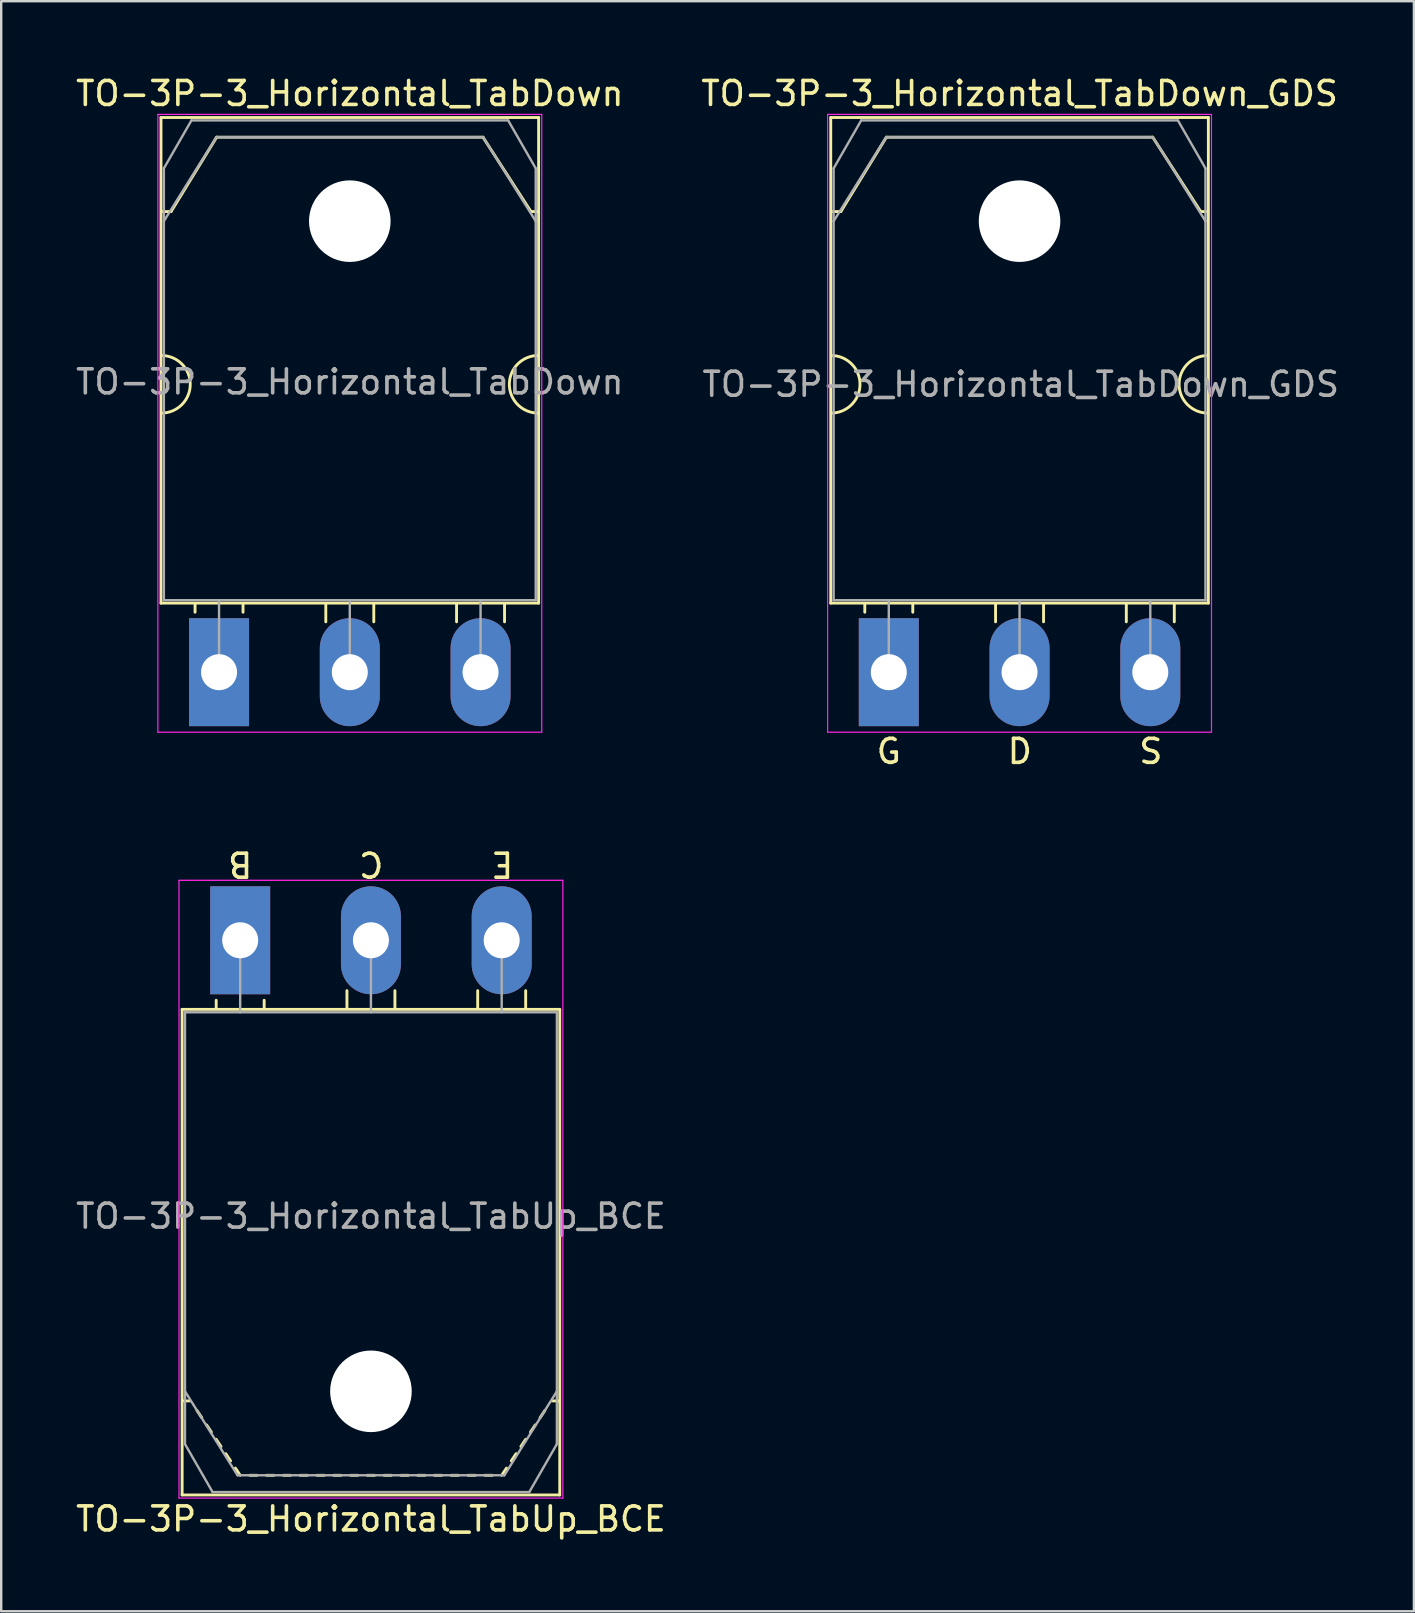
<source format=kicad_pcb>
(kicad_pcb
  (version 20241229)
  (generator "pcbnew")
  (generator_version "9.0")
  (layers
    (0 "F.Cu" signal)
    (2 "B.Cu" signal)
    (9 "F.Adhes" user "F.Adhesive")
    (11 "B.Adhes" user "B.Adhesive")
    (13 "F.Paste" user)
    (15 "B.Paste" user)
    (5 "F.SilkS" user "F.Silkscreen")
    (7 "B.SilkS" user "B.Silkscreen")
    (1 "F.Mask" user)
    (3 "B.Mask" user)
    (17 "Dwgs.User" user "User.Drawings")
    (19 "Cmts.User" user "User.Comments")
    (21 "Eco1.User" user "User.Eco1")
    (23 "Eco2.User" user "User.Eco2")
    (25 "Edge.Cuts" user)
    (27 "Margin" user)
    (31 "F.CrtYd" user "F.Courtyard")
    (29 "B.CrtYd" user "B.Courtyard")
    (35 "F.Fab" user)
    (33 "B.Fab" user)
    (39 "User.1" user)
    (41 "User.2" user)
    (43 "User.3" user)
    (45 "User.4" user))
  (footprint "TO-3P-3_Horizontal_TabUp_BCE"
    (layer "F.Cu")
    (at 6.961 36.142)
    (property "Reference" "TO-3P-3_Horizontal_TabUp_BCE" (at 5.45 24.12 0) (layer "F.SilkS") (effects (font (size 1 1) (thickness 0.15))))
    (fp_line (start -2.42 23.12) (end -2.42 2.88) (stroke (width 0.12) (type solid)) (layer "F.SilkS"))
    (fp_line (start -2.1 19.2) (end -2.4 19.2) (stroke (width 0.12) (type solid)) (layer "F.SilkS"))
    (fp_line (start -1.8 19.6) (end -1.6 19.9) (stroke (width 0.12) (type solid)) (layer "F.SilkS"))
    (fp_line (start -1.4 20.2) (end -1.2 20.5) (stroke (width 0.12) (type solid)) (layer "F.SilkS"))
    (fp_line (start -1 2.85) (end -1 2.5) (stroke (width 0.12) (type solid)) (layer "F.SilkS"))
    (fp_line (start -1 20.8) (end -0.8 21.1) (stroke (width 0.12) (type solid)) (layer "F.SilkS"))
    (fp_line (start -0.6 21.4) (end -0.4 21.7) (stroke (width 0.12) (type solid)) (layer "F.SilkS"))
    (fp_line (start -0.2 22) (end 0 22.3) (stroke (width 0.12) (type solid)) (layer "F.SilkS"))
    (fp_line (start 0.7 22.3) (end 0.4 22.3) (stroke (width 0.12) (type solid)) (layer "F.SilkS"))
    (fp_line (start 1 2.85) (end 1 2.5) (stroke (width 0.12) (type solid)) (layer "F.SilkS"))
    (fp_line (start 1.4 22.3) (end 1.1 22.3) (stroke (width 0.12) (type solid)) (layer "F.SilkS"))
    (fp_line (start 2.1 22.3) (end 1.8 22.3) (stroke (width 0.12) (type solid)) (layer "F.SilkS"))
    (fp_line (start 2.8 22.3) (end 2.5 22.3) (stroke (width 0.12) (type solid)) (layer "F.SilkS"))
    (fp_line (start 3.5 22.3) (end 3.2 22.3) (stroke (width 0.12) (type solid)) (layer "F.SilkS"))
    (fp_line (start 4.2 22.3) (end 3.9 22.3) (stroke (width 0.12) (type solid)) (layer "F.SilkS"))
    (fp_line (start 4.45 2.85) (end 4.45 2.1) (stroke (width 0.12) (type solid)) (layer "F.SilkS"))
    (fp_line (start 4.9 22.3) (end 4.6 22.3) (stroke (width 0.12) (type solid)) (layer "F.SilkS"))
    (fp_line (start 5.6 22.3) (end 5.3 22.3) (stroke (width 0.12) (type solid)) (layer "F.SilkS"))
    (fp_line (start 6.3 22.3) (end 6 22.3) (stroke (width 0.12) (type solid)) (layer "F.SilkS"))
    (fp_line (start 6.45 2.85) (end 6.45 2.1) (stroke (width 0.12) (type solid)) (layer "F.SilkS"))
    (fp_line (start 7 22.3) (end 6.7 22.3) (stroke (width 0.12) (type solid)) (layer "F.SilkS"))
    (fp_line (start 7.7 22.3) (end 7.4 22.3) (stroke (width 0.12) (type solid)) (layer "F.SilkS"))
    (fp_line (start 8.4 22.3) (end 8.1 22.3) (stroke (width 0.12) (type solid)) (layer "F.SilkS"))
    (fp_line (start 9.1 22.3) (end 8.8 22.3) (stroke (width 0.12) (type solid)) (layer "F.SilkS"))
    (fp_line (start 9.8 22.3) (end 9.5 22.3) (stroke (width 0.12) (type solid)) (layer "F.SilkS"))
    (fp_line (start 9.9 2.85) (end 9.9 2.1) (stroke (width 0.12) (type solid)) (layer "F.SilkS"))
    (fp_line (start 10.5 22.3) (end 10.2 22.3) (stroke (width 0.12) (type solid)) (layer "F.SilkS"))
    (fp_line (start 11.1 22) (end 10.9 22.3) (stroke (width 0.12) (type solid)) (layer "F.SilkS"))
    (fp_line (start 11.5 21.4) (end 11.3 21.7) (stroke (width 0.12) (type solid)) (layer "F.SilkS"))
    (fp_line (start 11.9 2.85) (end 11.9 2.1) (stroke (width 0.12) (type solid)) (layer "F.SilkS"))
    (fp_line (start 11.9 20.8) (end 11.7 21.1) (stroke (width 0.12) (type solid)) (layer "F.SilkS"))
    (fp_line (start 12.3 20.2) (end 12.1 20.5) (stroke (width 0.12) (type solid)) (layer "F.SilkS"))
    (fp_line (start 12.7 19.6) (end 12.5 19.9) (stroke (width 0.12) (type solid)) (layer "F.SilkS"))
    (fp_line (start 13 19.2) (end 13.3 19.2) (stroke (width 0.12) (type solid)) (layer "F.SilkS"))
    (fp_line (start 13.32 2.88) (end -2.42 2.88) (stroke (width 0.12) (type solid)) (layer "F.SilkS"))
    (fp_line (start 13.32 23.12) (end -2.42 23.12) (stroke (width 0.12) (type solid)) (layer "F.SilkS"))
    (fp_line (start 13.32 23.12) (end 13.32 2.88) (stroke (width 0.12) (type solid)) (layer "F.SilkS"))
    (fp_line (start -2.55 -2.5) (end -2.55 23.25) (stroke (width 0.05) (type solid)) (layer "F.CrtYd"))
    (fp_line (start -2.55 23.25) (end 13.45 23.25) (stroke (width 0.05) (type solid)) (layer "F.CrtYd"))
    (fp_line (start 13.45 -2.5) (end -2.55 -2.5) (stroke (width 0.05) (type solid)) (layer "F.CrtYd"))
    (fp_line (start 13.45 23.25) (end 13.45 -2.5) (stroke (width 0.05) (type solid)) (layer "F.CrtYd"))
    (fp_line (start -2.3 3) (end -2.3 18.8) (stroke (width 0.1) (type solid)) (layer "F.Fab"))
    (fp_line (start -2.3 18.8) (end -2.3 21) (stroke (width 0.1) (type solid)) (layer "F.Fab"))
    (fp_line (start -2.3 18.8) (end -0.11 22.3) (stroke (width 0.1) (type solid)) (layer "F.Fab"))
    (fp_line (start -2.3 21) (end -1.15 23) (stroke (width 0.1) (type solid)) (layer "F.Fab"))
    (fp_line (start -1.15 23) (end 12.05 23) (stroke (width 0.1) (type solid)) (layer "F.Fab"))
    (fp_line (start -0.11 22.3) (end 11.01 22.3) (stroke (width 0.1) (type solid)) (layer "F.Fab"))
    (fp_line (start 0 3) (end 0 0) (stroke (width 0.1) (type solid)) (layer "F.Fab"))
    (fp_line (start 5.45 3) (end 5.45 0) (stroke (width 0.1) (type solid)) (layer "F.Fab"))
    (fp_line (start 10.9 3) (end 10.9 0) (stroke (width 0.1) (type solid)) (layer "F.Fab"))
    (fp_line (start 11.01 22.3) (end 13.2 18.8) (stroke (width 0.1) (type solid)) (layer "F.Fab"))
    (fp_line (start 12.05 23) (end 13.2 21) (stroke (width 0.1) (type solid)) (layer "F.Fab"))
    (fp_line (start 13.2 3) (end -2.3 3) (stroke (width 0.1) (type solid)) (layer "F.Fab"))
    (fp_line (start 13.2 18.8) (end 13.2 3) (stroke (width 0.1) (type solid)) (layer "F.Fab"))
    (fp_line (start 13.2 21) (end 13.2 18.8) (stroke (width 0.1) (type solid)) (layer "F.Fab"))
    (fp_circle (center 5.45 18.8) (end 7.05 18.8) (stroke (width 0.1) (type solid)) (fill no) (layer "F.Fab"))
    (fp_text user "C" (at 5.461 -3.175 180) (unlocked yes) (layer "F.SilkS") (effects (font (size 1 1) (thickness 0.15))))
    (fp_text user "E" (at 10.922 -3.175 180) (unlocked yes) (layer "F.SilkS") (effects (font (size 1 1) (thickness 0.15))))
    (fp_text user "B" (at 0 -3.175 180) (unlocked yes) (layer "F.SilkS") (effects (font (size 1 1) (thickness 0.15))))
    (fp_text user "${REFERENCE}" (at 5.45 11.5 0) (layer "F.Fab") (effects (font (size 1 1) (thickness 0.15))))
    (pad "" np_thru_hole oval (at 5.45 18.8) (size 3.4 3.4) (drill 3.4) (layers "*.Cu" "*.Mask"))
    (pad "1" thru_hole rect (at 0 0) (size 2.5 4.5) (drill 1.5) (layers "*.Cu" "*.Mask"))
    (pad "2" thru_hole oval (at 5.45 0) (size 2.5 4.5) (drill 1.5) (layers "*.Cu" "*.Mask"))
    (pad "3" thru_hole oval (at 10.9 0) (size 2.5 4.5) (drill 1.5) (layers "*.Cu" "*.Mask")))
  (footprint "TO-3P-3_Horizontal_TabDown_GDS"
    (layer "F.Cu")
    (at 33.996 24.968)
    (property "Reference" "TO-3P-3_Horizontal_TabDown_GDS" (at 5.45 -24.12 0) (layer "F.SilkS") (effects (font (size 1 1) (thickness 0.15))))
    (attr through_hole)
    (fp_line (start -2.42 -23.12) (end -2.42 -2.88) (stroke (width 0.12) (type solid)) (layer "F.SilkS"))
    (fp_line (start -2.42 -23.12) (end 13.32 -23.12) (stroke (width 0.12) (type solid)) (layer "F.SilkS"))
    (fp_line (start -2.42 -2.88) (end 13.32 -2.88) (stroke (width 0.12) (type solid)) (layer "F.SilkS"))
    (fp_line (start -2 -19.2) (end -2.4 -19.2) (stroke (width 0.12) (type solid)) (layer "F.SilkS"))
    (fp_line (start -2 -19.2) (end -0.1 -22.3) (stroke (width 0.12) (type solid)) (layer "F.SilkS"))
    (fp_line (start -1 -2.85) (end -1 -2.5) (stroke (width 0.12) (type solid)) (layer "F.SilkS"))
    (fp_line (start -0.1 -22.3) (end 11 -22.3) (stroke (width 0.12) (type solid)) (layer "F.SilkS"))
    (fp_line (start 1 -2.85) (end 1 -2.5) (stroke (width 0.12) (type solid)) (layer "F.SilkS"))
    (fp_line (start 4.45 -2.85) (end 4.45 -2.1) (stroke (width 0.12) (type solid)) (layer "F.SilkS"))
    (fp_line (start 6.45 -2.85) (end 6.45 -2.1) (stroke (width 0.12) (type solid)) (layer "F.SilkS"))
    (fp_line (start 9.9 -2.85) (end 9.9 -2.1) (stroke (width 0.12) (type solid)) (layer "F.SilkS"))
    (fp_line (start 11 -22.3) (end 13 -19.2) (stroke (width 0.12) (type solid)) (layer "F.SilkS"))
    (fp_line (start 11.9 -2.85) (end 11.9 -2.1) (stroke (width 0.12) (type solid)) (layer "F.SilkS"))
    (fp_line (start 13 -19.2) (end 13.3 -19.2) (stroke (width 0.12) (type solid)) (layer "F.SilkS"))
    (fp_line (start 13.32 -23.12) (end 13.32 -2.88) (stroke (width 0.12) (type solid)) (layer "F.SilkS"))
    (fp_arc (start -2.4 -13.2) (mid -1.2 -12) (end -2.4 -10.8) (stroke (width 0.12) (type solid)) (layer "F.SilkS"))
    (fp_arc (start 13.3 -10.8) (mid 12.1 -12) (end 13.3 -13.2) (stroke (width 0.12) (type solid)) (layer "F.SilkS"))
    (fp_line (start -2.55 -23.25) (end -2.55 2.5) (stroke (width 0.05) (type solid)) (layer "F.CrtYd"))
    (fp_line (start -2.55 2.5) (end 13.45 2.5) (stroke (width 0.05) (type solid)) (layer "F.CrtYd"))
    (fp_line (start 13.45 -23.25) (end -2.55 -23.25) (stroke (width 0.05) (type solid)) (layer "F.CrtYd"))
    (fp_line (start 13.45 2.5) (end 13.45 -23.25) (stroke (width 0.05) (type solid)) (layer "F.CrtYd"))
    (fp_line (start -2.3 -21) (end -1.15 -23) (stroke (width 0.1) (type solid)) (layer "F.Fab"))
    (fp_line (start -2.3 -18.8) (end -2.3 -21) (stroke (width 0.1) (type solid)) (layer "F.Fab"))
    (fp_line (start -2.3 -18.8) (end -0.11 -22.3) (stroke (width 0.1) (type solid)) (layer "F.Fab"))
    (fp_line (start -2.3 -3) (end -2.3 -18.8) (stroke (width 0.1) (type solid)) (layer "F.Fab"))
    (fp_line (start -1.15 -23) (end 12.05 -23) (stroke (width 0.1) (type solid)) (layer "F.Fab"))
    (fp_line (start -0.11 -22.3) (end 11.01 -22.3) (stroke (width 0.1) (type solid)) (layer "F.Fab"))
    (fp_line (start 0 -3) (end 0 0) (stroke (width 0.1) (type solid)) (layer "F.Fab"))
    (fp_line (start 5.45 -3) (end 5.45 0) (stroke (width 0.1) (type solid)) (layer "F.Fab"))
    (fp_line (start 10.9 -3) (end 10.9 0) (stroke (width 0.1) (type solid)) (layer "F.Fab"))
    (fp_line (start 11.01 -22.3) (end 13.2 -18.8) (stroke (width 0.1) (type solid)) (layer "F.Fab"))
    (fp_line (start 12.05 -23) (end 13.2 -21) (stroke (width 0.1) (type solid)) (layer "F.Fab"))
    (fp_line (start 13.2 -21) (end 13.2 -18.8) (stroke (width 0.1) (type solid)) (layer "F.Fab"))
    (fp_line (start 13.2 -18.8) (end 13.2 -3) (stroke (width 0.1) (type solid)) (layer "F.Fab"))
    (fp_line (start 13.2 -3) (end -2.3 -3) (stroke (width 0.1) (type solid)) (layer "F.Fab"))
    (fp_circle (center 5.45 -18.8) (end 7.05 -18.8) (stroke (width 0.1) (type solid)) (fill no) (layer "F.Fab"))
    (fp_text user "D" (at 5.461 3.302 0) (layer "F.SilkS") (effects (font (size 1 1) (thickness 0.15))))
    (fp_text user "G" (at 0 3.302 0) (layer "F.SilkS") (effects (font (size 1 1) (thickness 0.15))))
    (fp_text user "S" (at 10.922 3.302 0) (layer "F.SilkS") (effects (font (size 1 1) (thickness 0.15))))
    (fp_text user "${REFERENCE}" (at 5.5 -12 0) (layer "F.Fab") (effects (font (size 1 1) (thickness 0.15))))
    (pad "" np_thru_hole oval (at 5.45 -18.8) (size 3.4 3.4) (drill 3.4) (layers "*.Cu" "*.Mask"))
    (pad "1" thru_hole rect (at 0 0) (size 2.5 4.5) (drill 1.5) (layers "*.Cu" "*.Mask"))
    (pad "2" thru_hole oval (at 5.45 0) (size 2.5 4.5) (drill 1.5) (layers "*.Cu" "*.Mask"))
    (pad "3" thru_hole oval (at 10.9 0) (size 2.5 4.5) (drill 1.5) (layers "*.Cu" "*.Mask")))
  (footprint "TO-3P-3_Horizontal_TabDown"
    (layer "F.Cu")
    (at 6.08 24.968)
    (property "Reference" "TO-3P-3_Horizontal_TabDown" (at 5.45 -24.12 0) (layer "F.SilkS") (effects (font (size 1 1) (thickness 0.15))))
    (attr through_hole)
    (fp_line (start -2.42 -23.12) (end -2.42 -2.88) (stroke (width 0.12) (type solid)) (layer "F.SilkS"))
    (fp_line (start -2.42 -23.12) (end 13.32 -23.12) (stroke (width 0.12) (type solid)) (layer "F.SilkS"))
    (fp_line (start -2.42 -2.88) (end 13.32 -2.88) (stroke (width 0.12) (type solid)) (layer "F.SilkS"))
    (fp_line (start -2 -19.2) (end -2.4 -19.2) (stroke (width 0.12) (type solid)) (layer "F.SilkS"))
    (fp_line (start -2 -19.2) (end -0.1 -22.3) (stroke (width 0.12) (type solid)) (layer "F.SilkS"))
    (fp_line (start -1 -2.85) (end -1 -2.5) (stroke (width 0.12) (type solid)) (layer "F.SilkS"))
    (fp_line (start -0.1 -22.3) (end 11 -22.3) (stroke (width 0.12) (type solid)) (layer "F.SilkS"))
    (fp_line (start 1 -2.85) (end 1 -2.5) (stroke (width 0.12) (type solid)) (layer "F.SilkS"))
    (fp_line (start 4.45 -2.85) (end 4.45 -2.1) (stroke (width 0.12) (type solid)) (layer "F.SilkS"))
    (fp_line (start 6.45 -2.85) (end 6.45 -2.1) (stroke (width 0.12) (type solid)) (layer "F.SilkS"))
    (fp_line (start 9.9 -2.85) (end 9.9 -2.1) (stroke (width 0.12) (type solid)) (layer "F.SilkS"))
    (fp_line (start 11 -22.3) (end 13 -19.2) (stroke (width 0.12) (type solid)) (layer "F.SilkS"))
    (fp_line (start 11.9 -2.85) (end 11.9 -2.1) (stroke (width 0.12) (type solid)) (layer "F.SilkS"))
    (fp_line (start 13 -19.2) (end 13.3 -19.2) (stroke (width 0.12) (type solid)) (layer "F.SilkS"))
    (fp_line (start 13.32 -23.12) (end 13.32 -2.88) (stroke (width 0.12) (type solid)) (layer "F.SilkS"))
    (fp_arc (start -2.4 -13.2) (mid -1.2 -12) (end -2.4 -10.8) (stroke (width 0.12) (type solid)) (layer "F.SilkS"))
    (fp_arc (start 13.3 -10.8) (mid 12.1 -12) (end 13.3 -13.2) (stroke (width 0.12) (type solid)) (layer "F.SilkS"))
    (fp_line (start -2.55 -23.25) (end -2.55 2.5) (stroke (width 0.05) (type solid)) (layer "F.CrtYd"))
    (fp_line (start -2.55 2.5) (end 13.45 2.5) (stroke (width 0.05) (type solid)) (layer "F.CrtYd"))
    (fp_line (start 13.45 -23.25) (end -2.55 -23.25) (stroke (width 0.05) (type solid)) (layer "F.CrtYd"))
    (fp_line (start 13.45 2.5) (end 13.45 -23.25) (stroke (width 0.05) (type solid)) (layer "F.CrtYd"))
    (fp_line (start -2.3 -21) (end -1.15 -23) (stroke (width 0.1) (type solid)) (layer "F.Fab"))
    (fp_line (start -2.3 -18.8) (end -2.3 -21) (stroke (width 0.1) (type solid)) (layer "F.Fab"))
    (fp_line (start -2.3 -18.8) (end -0.11 -22.3) (stroke (width 0.1) (type solid)) (layer "F.Fab"))
    (fp_line (start -2.3 -3) (end -2.3 -18.8) (stroke (width 0.1) (type solid)) (layer "F.Fab"))
    (fp_line (start -1.15 -23) (end 12.05 -23) (stroke (width 0.1) (type solid)) (layer "F.Fab"))
    (fp_line (start -0.11 -22.3) (end 11.01 -22.3) (stroke (width 0.1) (type solid)) (layer "F.Fab"))
    (fp_line (start 0 -3) (end 0 0) (stroke (width 0.1) (type solid)) (layer "F.Fab"))
    (fp_line (start 5.45 -3) (end 5.45 0) (stroke (width 0.1) (type solid)) (layer "F.Fab"))
    (fp_line (start 10.9 -3) (end 10.9 0) (stroke (width 0.1) (type solid)) (layer "F.Fab"))
    (fp_line (start 11.01 -22.3) (end 13.2 -18.8) (stroke (width 0.1) (type solid)) (layer "F.Fab"))
    (fp_line (start 12.05 -23) (end 13.2 -21) (stroke (width 0.1) (type solid)) (layer "F.Fab"))
    (fp_line (start 13.2 -21) (end 13.2 -18.8) (stroke (width 0.1) (type solid)) (layer "F.Fab"))
    (fp_line (start 13.2 -18.8) (end 13.2 -3) (stroke (width 0.1) (type solid)) (layer "F.Fab"))
    (fp_line (start 13.2 -3) (end -2.3 -3) (stroke (width 0.1) (type solid)) (layer "F.Fab"))
    (fp_circle (center 5.45 -18.8) (end 7.05 -18.8) (stroke (width 0.1) (type solid)) (fill no) (layer "F.Fab"))
    (fp_text user "${REFERENCE}" (at 5.45 -12.1 0) (layer "F.Fab") (effects (font (size 1 1) (thickness 0.15))))
    (pad "" np_thru_hole oval (at 5.45 -18.8) (size 3.4 3.4) (drill 3.4) (layers "*.Cu" "*.Mask"))
    (pad "1" thru_hole rect (at 0 0) (size 2.5 4.5) (drill 1.5) (layers "*.Cu" "*.Mask"))
    (pad "2" thru_hole oval (at 5.45 0) (size 2.5 4.5) (drill 1.5) (layers "*.Cu" "*.Mask"))
    (pad "3" thru_hole oval (at 10.9 0) (size 2.5 4.5) (drill 1.5) (layers "*.Cu" "*.Mask")))
  (gr_rect
    (start -3 -3)
    (end 55.883 64.11)
    (stroke (width 0.1) (type default))
    (fill no)
    (layer "Edge.Cuts")))
</source>
